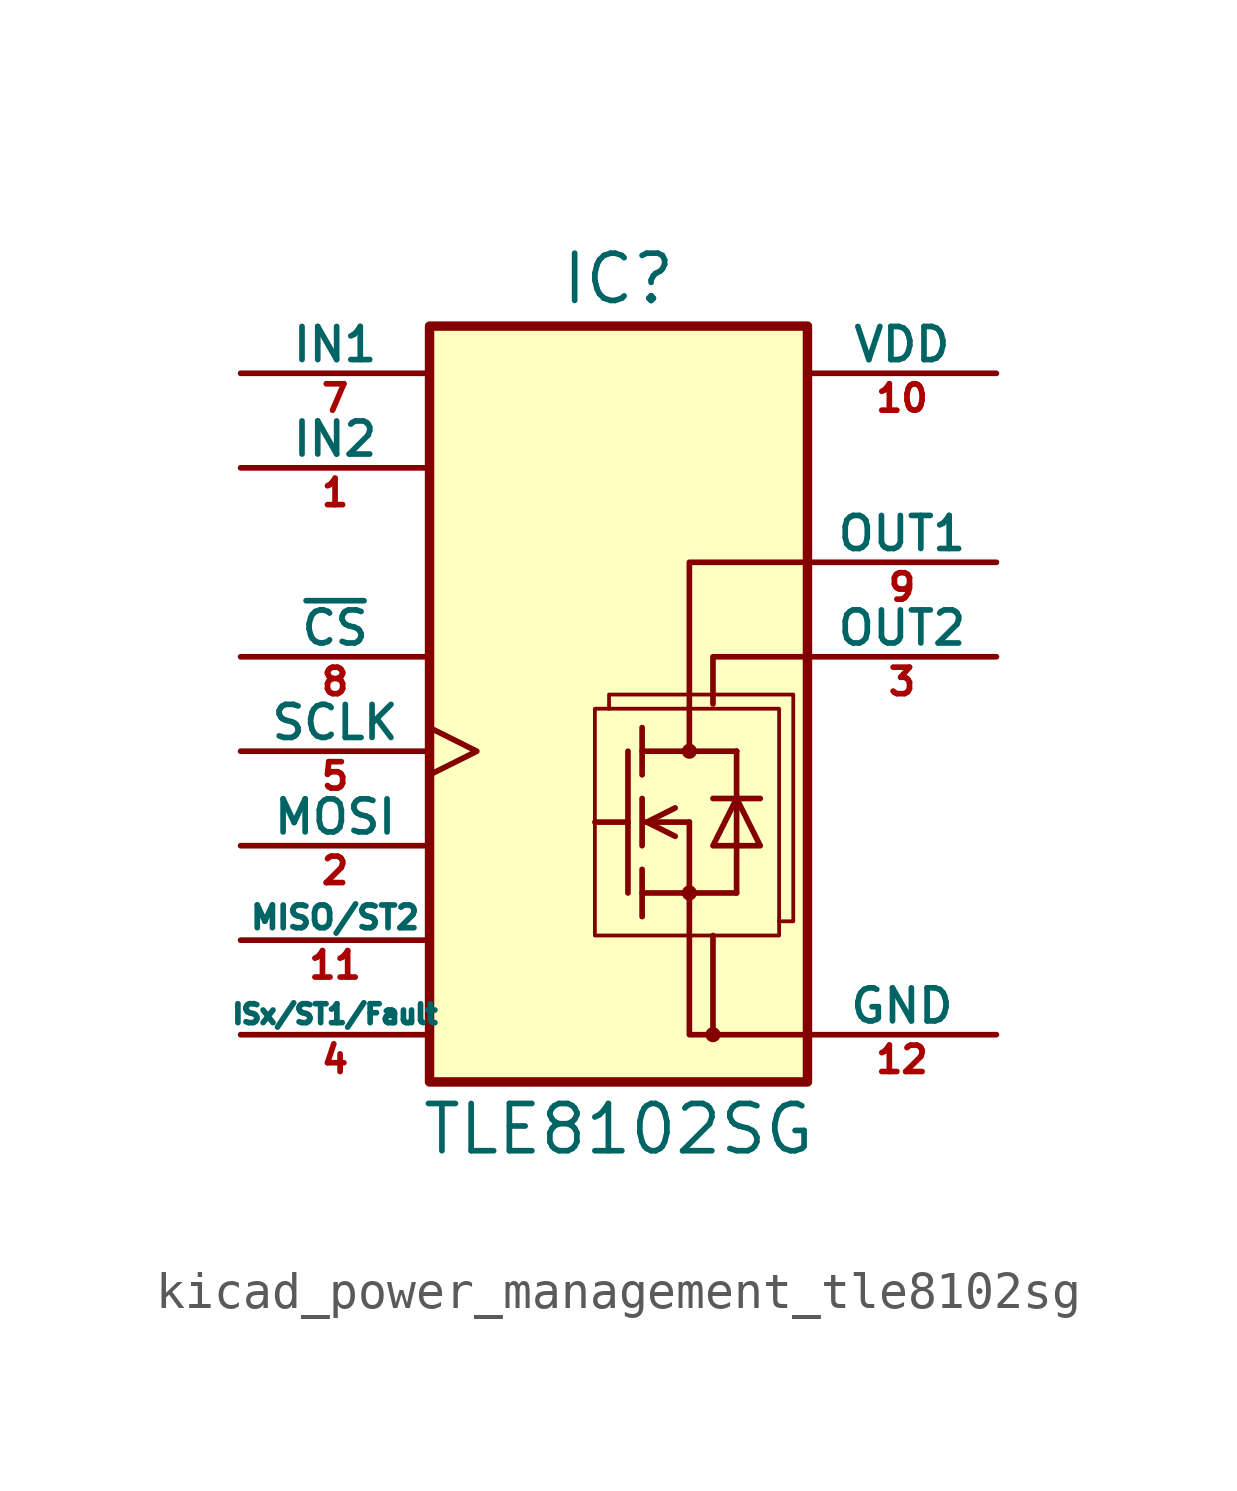
<source format=kicad_sym>
(kicad_symbol_lib
  (version 20220914)
  (generator kicad_symbol_editor)
  (symbol "kicad_power_management_tle8102sg"
    (pin_names
      (offset 0))
    (property "Reference" "IC"
      (at 0 12.7 0)
      (effects (font (size 1.27 1.27))))
    (property "Value" "TLE8102SG"
      (at 0 -10.16 0)
      (effects (font (size 1.27 1.27))))
    (symbol "kicad_power_management_tle8102sg_0_1"
      (rectangle (start -5.08 11.43) (end 5.08 -8.89) (stroke (width 0.254) (type default)) (fill (type background)))
      (rectangle (start -0.635 1.143) (end 4.318 -4.953) (stroke (width 0.102) (type default)) (fill (type background)))
      (polyline (pts (xy -0.635 -1.905) (xy 0.254 -1.905)) (stroke (width 0.152) (type default)) (fill (type none)))
      (polyline (pts (xy 0.254 0) (xy 0.254 -3.81)) (stroke (width 0.152) (type default)) (fill (type none)))
      (polyline (pts (xy 0.635 -3.81) (xy 3.175 -3.81)) (stroke (width 0.152) (type default)) (fill (type none)))
      (polyline (pts (xy 0.635 -3.175) (xy 0.635 -4.445)) (stroke (width 0.152) (type default)) (fill (type none)))
      (polyline (pts (xy 0.635 -1.27) (xy 0.635 -2.54)) (stroke (width 0.152) (type default)) (fill (type none)))
      (polyline (pts (xy 0.635 0.635) (xy 0.635 -0.635)) (stroke (width 0.152) (type default)) (fill (type none)))
      (polyline (pts (xy 0.762 -1.905) (xy 1.524 -2.286)) (stroke (width 0.152) (type default)) (fill (type none)))
      (polyline (pts (xy 0.762 -1.905) (xy 1.524 -1.524)) (stroke (width 0.152) (type default)) (fill (type none)))
      (polyline (pts (xy 0.762 -1.905) (xy 1.905 -1.905)) (stroke (width 0) (type default)) (fill (type none)))
      (polyline (pts (xy 2.54 -4.953) (xy 2.54 -7.62)) (stroke (width 0.152) (type default)) (fill (type none)))
      (polyline (pts (xy 2.54 -1.27) (xy 3.81 -1.27)) (stroke (width 0.152) (type default)) (fill (type none)))
      (polyline (pts (xy 3.175 0) (xy 0.635 0)) (stroke (width 0.152) (type default)) (fill (type none)))
      (polyline (pts (xy 3.175 0) (xy 3.175 -3.81)) (stroke (width 0.152) (type default)) (fill (type none)))
      (polyline (pts (xy 3.175 0) (xy 3.175 0)) (stroke (width 0) (type default)) (fill (type none)))
      (polyline (pts (xy 5.08 -7.62) (xy 2.54 -7.62)) (stroke (width 0.152) (type default)) (fill (type none)))
      (polyline (pts (xy 1.905 -1.905) (xy 1.905 -2.54) (xy 1.905 -3.81)) (stroke (width 0.152) (type default)) (fill (type none)))
      (polyline (pts (xy 1.905 0) (xy 1.905 5.08) (xy 5.08 5.08)) (stroke (width 0.152) (type default)) (fill (type none)))
      (polyline (pts (xy 2.54 -7.62) (xy 1.905 -7.62) (xy 1.905 -3.81)) (stroke (width 0.152) (type default)) (fill (type none)))
      (polyline (pts (xy 5.08 2.54) (xy 2.54 2.54) (xy 2.54 1.27)) (stroke (width 0.152) (type default)) (fill (type none)))
      (polyline (pts (xy 3.175 -1.27) (xy 2.54 -2.54) (xy 3.81 -2.54) (xy 3.175 -1.27)) (stroke (width 0.152) (type default)) (fill (type none)))
      (polyline (pts (xy -0.254 1.143) (xy -0.254 1.524) (xy 4.699 1.524) (xy 4.699 -4.572) (xy 4.318 -4.572)) (stroke (width 0.102) (type default)) (fill (type background)))
      (circle (center 1.905 -3.81) (radius 0.127) (stroke (width 0.152) (type default)) (fill (type none)))
      (circle (center 1.905 0) (radius 0.127) (stroke (width 0.152) (type default)) (fill (type none)))
      (circle (center 2.54 -7.62) (radius 0.127) (stroke (width 0.152) (type default)) (fill (type none))))
    (symbol "kicad_power_management_tle8102sg_1_1"
      (pin input line (at -10.16 7.62 0) (length 5.08) (name "IN2" (effects (font (size 0.889 0.889)))) (number "1" (effects (font (size 0.711 0.711)))))
      (pin power_in line (at 10.16 10.16 180) (length 5.08) (name "VDD" (effects (font (size 0.889 0.889)))) (number "10" (effects (font (size 0.711 0.711)))))
      (pin passive line (at -10.16 -5.08 0) (length 5.08) (name "MISO/ST2" (effects (font (size 0.61 0.61)))) (number "11" (effects (font (size 0.711 0.711)))))
      (pin power_in line (at 10.16 -7.62 180) (length 5.08) (name "GND" (effects (font (size 0.889 0.889)))) (number "12" (effects (font (size 0.711 0.711)))))
      (pin passive line (at 10.16 -7.62 180) (length 5.08) hide (name "GND" (effects (font (size 0.889 0.889)))) (number "13" (effects (font (size 0.711 0.711)))))
      (pin input line (at -10.16 -2.54 0) (length 5.08) (name "MOSI" (effects (font (size 0.889 0.889)))) (number "2" (effects (font (size 0.711 0.711)))))
      (pin open_collector line (at 10.16 2.54 180) (length 5.08) (name "OUT2" (effects (font (size 0.889 0.889)))) (number "3" (effects (font (size 0.711 0.711)))))
      (pin passive line (at -10.16 -7.62 0) (length 5.08) (name "ISx/ST1/Fault" (effects (font (size 0.508 0.508)))) (number "4" (effects (font (size 0.711 0.711)))))
      (pin input clock (at -10.16 0 0) (length 5.08) (name "SCLK" (effects (font (size 0.889 0.889)))) (number "5" (effects (font (size 0.711 0.711)))))
      (pin passive line (at 10.16 -7.62 180) (length 5.08) hide (name "GND" (effects (font (size 0.889 0.889)))) (number "6" (effects (font (size 0.711 0.711)))))
      (pin input line (at -10.16 10.16 0) (length 5.08) (name "IN1" (effects (font (size 0.889 0.889)))) (number "7" (effects (font (size 0.711 0.711)))))
      (pin input line (at -10.16 2.54 0) (length 5.08) (name "~{CS}" (effects (font (size 0.889 0.889)))) (number "8" (effects (font (size 0.711 0.711)))))
      (pin open_collector line (at 10.16 5.08 180) (length 5.08) (name "OUT1" (effects (font (size 0.889 0.889)))) (number "9" (effects (font (size 0.711 0.711))))))))
</source>
